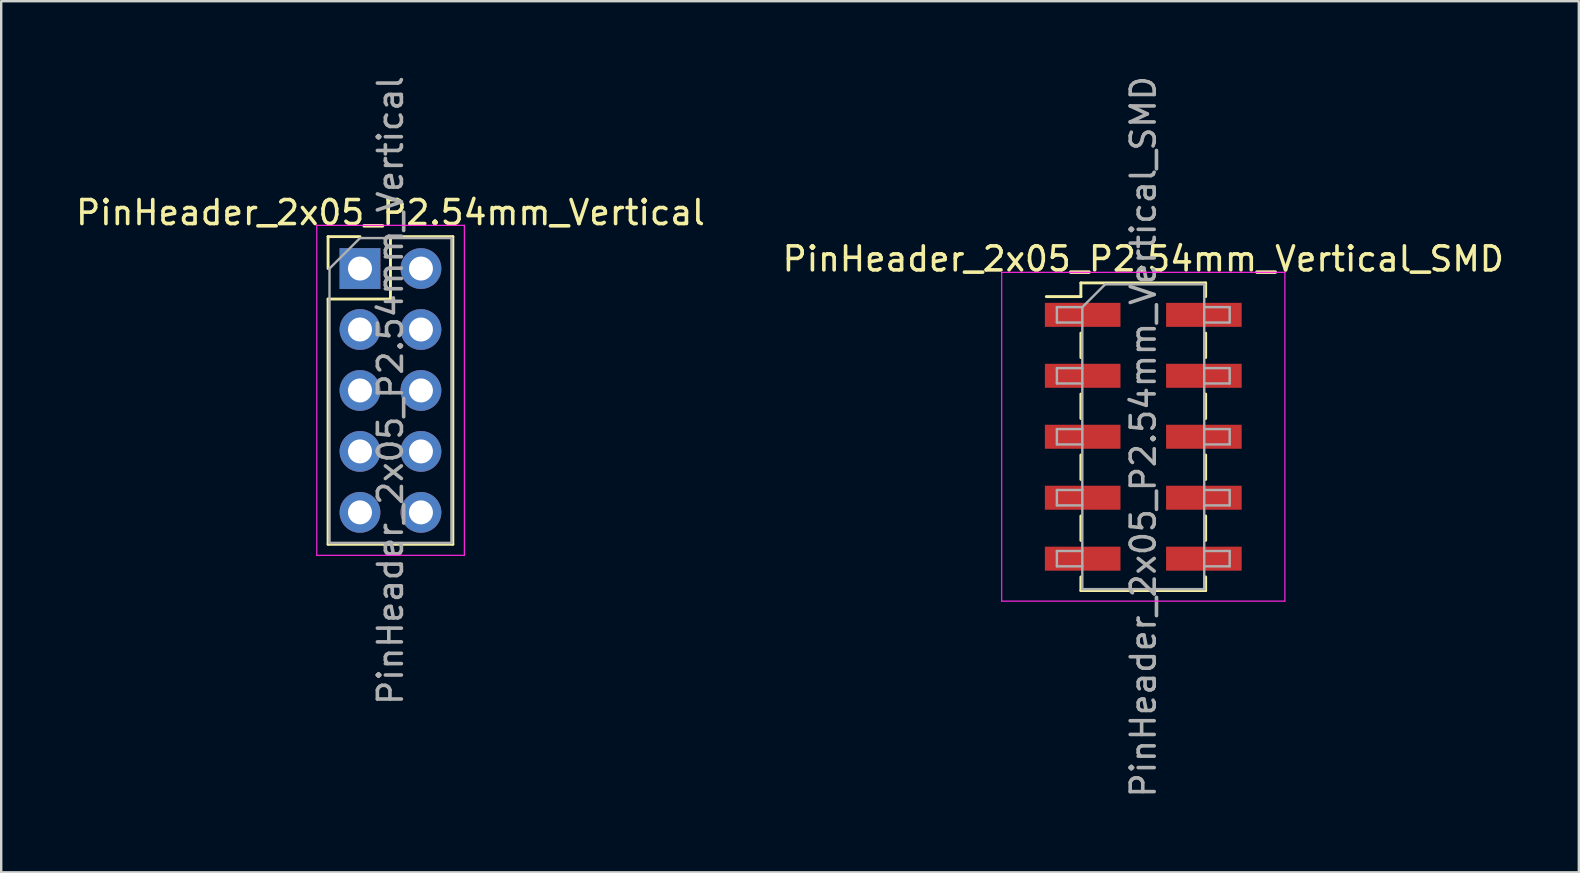
<source format=kicad_pcb>
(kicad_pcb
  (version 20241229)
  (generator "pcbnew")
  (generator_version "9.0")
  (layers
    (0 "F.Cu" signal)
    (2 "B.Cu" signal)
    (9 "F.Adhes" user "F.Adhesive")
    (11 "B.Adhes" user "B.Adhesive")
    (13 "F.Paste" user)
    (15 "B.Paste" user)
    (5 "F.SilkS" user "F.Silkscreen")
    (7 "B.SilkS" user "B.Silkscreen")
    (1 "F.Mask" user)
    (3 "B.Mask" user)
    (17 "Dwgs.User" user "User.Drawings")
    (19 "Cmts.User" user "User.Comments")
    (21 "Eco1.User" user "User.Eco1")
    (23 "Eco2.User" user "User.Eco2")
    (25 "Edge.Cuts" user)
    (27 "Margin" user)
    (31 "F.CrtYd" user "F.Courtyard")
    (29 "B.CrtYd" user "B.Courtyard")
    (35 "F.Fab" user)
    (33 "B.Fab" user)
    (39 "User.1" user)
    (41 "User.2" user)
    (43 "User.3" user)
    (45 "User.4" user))
  (footprint "PinHeader_2x05_P2.54mm_Vertical_SMD"
    (layer "F.Cu")
    (at 44.589 15.149)
    (property "Reference" "PinHeader_2x05_P2.54mm_Vertical_SMD" (at 0 -7.41 0) (layer "F.SilkS") (effects (font (size 1 1) (thickness 0.15))))
    (attr smd)
    (fp_line (start -4.04 -5.84) (end -2.6 -5.84) (stroke (width 0.12) (type solid)) (layer "F.SilkS"))
    (fp_line (start -2.6 -6.41) (end -2.6 -5.84) (stroke (width 0.12) (type solid)) (layer "F.SilkS"))
    (fp_line (start -2.6 -6.41) (end 2.6 -6.41) (stroke (width 0.12) (type solid)) (layer "F.SilkS"))
    (fp_line (start -2.6 -4.32) (end -2.6 -3.3) (stroke (width 0.12) (type solid)) (layer "F.SilkS"))
    (fp_line (start -2.6 -1.78) (end -2.6 -0.76) (stroke (width 0.12) (type solid)) (layer "F.SilkS"))
    (fp_line (start -2.6 0.76) (end -2.6 1.78) (stroke (width 0.12) (type solid)) (layer "F.SilkS"))
    (fp_line (start -2.6 3.3) (end -2.6 4.32) (stroke (width 0.12) (type solid)) (layer "F.SilkS"))
    (fp_line (start -2.6 5.84) (end -2.6 6.41) (stroke (width 0.12) (type solid)) (layer "F.SilkS"))
    (fp_line (start -2.6 6.41) (end 2.6 6.41) (stroke (width 0.12) (type solid)) (layer "F.SilkS"))
    (fp_line (start 2.6 -6.41) (end 2.6 -5.84) (stroke (width 0.12) (type solid)) (layer "F.SilkS"))
    (fp_line (start 2.6 -4.32) (end 2.6 -3.3) (stroke (width 0.12) (type solid)) (layer "F.SilkS"))
    (fp_line (start 2.6 -1.78) (end 2.6 -0.76) (stroke (width 0.12) (type solid)) (layer "F.SilkS"))
    (fp_line (start 2.6 0.76) (end 2.6 1.78) (stroke (width 0.12) (type solid)) (layer "F.SilkS"))
    (fp_line (start 2.6 3.3) (end 2.6 4.32) (stroke (width 0.12) (type solid)) (layer "F.SilkS"))
    (fp_line (start 2.6 5.84) (end 2.6 6.41) (stroke (width 0.12) (type solid)) (layer "F.SilkS"))
    (fp_line (start -5.9 -6.85) (end -5.9 6.85) (stroke (width 0.05) (type solid)) (layer "F.CrtYd"))
    (fp_line (start -5.9 6.85) (end 5.9 6.85) (stroke (width 0.05) (type solid)) (layer "F.CrtYd"))
    (fp_line (start 5.9 -6.85) (end -5.9 -6.85) (stroke (width 0.05) (type solid)) (layer "F.CrtYd"))
    (fp_line (start 5.9 6.85) (end 5.9 -6.85) (stroke (width 0.05) (type solid)) (layer "F.CrtYd"))
    (fp_line (start -3.6 -5.4) (end -3.6 -4.76) (stroke (width 0.1) (type solid)) (layer "F.Fab"))
    (fp_line (start -3.6 -4.76) (end -2.54 -4.76) (stroke (width 0.1) (type solid)) (layer "F.Fab"))
    (fp_line (start -3.6 -2.86) (end -3.6 -2.22) (stroke (width 0.1) (type solid)) (layer "F.Fab"))
    (fp_line (start -3.6 -2.22) (end -2.54 -2.22) (stroke (width 0.1) (type solid)) (layer "F.Fab"))
    (fp_line (start -3.6 -0.32) (end -3.6 0.32) (stroke (width 0.1) (type solid)) (layer "F.Fab"))
    (fp_line (start -3.6 0.32) (end -2.54 0.32) (stroke (width 0.1) (type solid)) (layer "F.Fab"))
    (fp_line (start -3.6 2.22) (end -3.6 2.86) (stroke (width 0.1) (type solid)) (layer "F.Fab"))
    (fp_line (start -3.6 2.86) (end -2.54 2.86) (stroke (width 0.1) (type solid)) (layer "F.Fab"))
    (fp_line (start -3.6 4.76) (end -3.6 5.4) (stroke (width 0.1) (type solid)) (layer "F.Fab"))
    (fp_line (start -3.6 5.4) (end -2.54 5.4) (stroke (width 0.1) (type solid)) (layer "F.Fab"))
    (fp_line (start -2.54 -5.4) (end -3.6 -5.4) (stroke (width 0.1) (type solid)) (layer "F.Fab"))
    (fp_line (start -2.54 -5.4) (end -1.59 -6.35) (stroke (width 0.1) (type solid)) (layer "F.Fab"))
    (fp_line (start -2.54 -2.86) (end -3.6 -2.86) (stroke (width 0.1) (type solid)) (layer "F.Fab"))
    (fp_line (start -2.54 -0.32) (end -3.6 -0.32) (stroke (width 0.1) (type solid)) (layer "F.Fab"))
    (fp_line (start -2.54 2.22) (end -3.6 2.22) (stroke (width 0.1) (type solid)) (layer "F.Fab"))
    (fp_line (start -2.54 4.76) (end -3.6 4.76) (stroke (width 0.1) (type solid)) (layer "F.Fab"))
    (fp_line (start -2.54 6.35) (end -2.54 -5.4) (stroke (width 0.1) (type solid)) (layer "F.Fab"))
    (fp_line (start -1.59 -6.35) (end 2.54 -6.35) (stroke (width 0.1) (type solid)) (layer "F.Fab"))
    (fp_line (start 2.54 -6.35) (end 2.54 6.35) (stroke (width 0.1) (type solid)) (layer "F.Fab"))
    (fp_line (start 2.54 -5.4) (end 3.6 -5.4) (stroke (width 0.1) (type solid)) (layer "F.Fab"))
    (fp_line (start 2.54 -2.86) (end 3.6 -2.86) (stroke (width 0.1) (type solid)) (layer "F.Fab"))
    (fp_line (start 2.54 -0.32) (end 3.6 -0.32) (stroke (width 0.1) (type solid)) (layer "F.Fab"))
    (fp_line (start 2.54 2.22) (end 3.6 2.22) (stroke (width 0.1) (type solid)) (layer "F.Fab"))
    (fp_line (start 2.54 4.76) (end 3.6 4.76) (stroke (width 0.1) (type solid)) (layer "F.Fab"))
    (fp_line (start 2.54 6.35) (end -2.54 6.35) (stroke (width 0.1) (type solid)) (layer "F.Fab"))
    (fp_line (start 3.6 -5.4) (end 3.6 -4.76) (stroke (width 0.1) (type solid)) (layer "F.Fab"))
    (fp_line (start 3.6 -4.76) (end 2.54 -4.76) (stroke (width 0.1) (type solid)) (layer "F.Fab"))
    (fp_line (start 3.6 -2.86) (end 3.6 -2.22) (stroke (width 0.1) (type solid)) (layer "F.Fab"))
    (fp_line (start 3.6 -2.22) (end 2.54 -2.22) (stroke (width 0.1) (type solid)) (layer "F.Fab"))
    (fp_line (start 3.6 -0.32) (end 3.6 0.32) (stroke (width 0.1) (type solid)) (layer "F.Fab"))
    (fp_line (start 3.6 0.32) (end 2.54 0.32) (stroke (width 0.1) (type solid)) (layer "F.Fab"))
    (fp_line (start 3.6 2.22) (end 3.6 2.86) (stroke (width 0.1) (type solid)) (layer "F.Fab"))
    (fp_line (start 3.6 2.86) (end 2.54 2.86) (stroke (width 0.1) (type solid)) (layer "F.Fab"))
    (fp_line (start 3.6 4.76) (end 3.6 5.4) (stroke (width 0.1) (type solid)) (layer "F.Fab"))
    (fp_line (start 3.6 5.4) (end 2.54 5.4) (stroke (width 0.1) (type solid)) (layer "F.Fab"))
    (fp_text user "${REFERENCE}" (at 0 0 90) (layer "F.Fab") (effects (font (size 1 1) (thickness 0.15))))
    (pad "1" smd rect (at -2.525 -5.08) (size 3.15 1) (layers "F.Cu" "F.Mask" "F.Paste"))
    (pad "2" smd rect (at 2.525 -5.08) (size 3.15 1) (layers "F.Cu" "F.Mask" "F.Paste"))
    (pad "3" smd rect (at -2.525 -2.54) (size 3.15 1) (layers "F.Cu" "F.Mask" "F.Paste"))
    (pad "4" smd rect (at 2.525 -2.54) (size 3.15 1) (layers "F.Cu" "F.Mask" "F.Paste"))
    (pad "5" smd rect (at -2.525 0) (size 3.15 1) (layers "F.Cu" "F.Mask" "F.Paste"))
    (pad "6" smd rect (at 2.525 0) (size 3.15 1) (layers "F.Cu" "F.Mask" "F.Paste"))
    (pad "7" smd rect (at -2.525 2.54) (size 3.15 1) (layers "F.Cu" "F.Mask" "F.Paste"))
    (pad "8" smd rect (at 2.525 2.54) (size 3.15 1) (layers "F.Cu" "F.Mask" "F.Paste"))
    (pad "9" smd rect (at -2.525 5.08) (size 3.15 1) (layers "F.Cu" "F.Mask" "F.Paste"))
    (pad "10" smd rect (at 2.525 5.08) (size 3.15 1) (layers "F.Cu" "F.Mask" "F.Paste")))
  (footprint "PinHeader_2x05_P2.54mm_Vertical"
    (layer "F.Cu")
    (at 11.95 8.14)
    (property "Reference" "PinHeader_2x05_P2.54mm_Vertical" (at 1.27 -2.33 0) (layer "F.SilkS") (effects (font (size 1 1) (thickness 0.15))))
    (attr through_hole)
    (fp_line (start -1.33 -1.33) (end 0 -1.33) (stroke (width 0.12) (type solid)) (layer "F.SilkS"))
    (fp_line (start -1.33 0) (end -1.33 -1.33) (stroke (width 0.12) (type solid)) (layer "F.SilkS"))
    (fp_line (start -1.33 1.27) (end -1.33 11.49) (stroke (width 0.12) (type solid)) (layer "F.SilkS"))
    (fp_line (start -1.33 1.27) (end 1.27 1.27) (stroke (width 0.12) (type solid)) (layer "F.SilkS"))
    (fp_line (start -1.33 11.49) (end 3.87 11.49) (stroke (width 0.12) (type solid)) (layer "F.SilkS"))
    (fp_line (start 1.27 -1.33) (end 3.87 -1.33) (stroke (width 0.12) (type solid)) (layer "F.SilkS"))
    (fp_line (start 1.27 1.27) (end 1.27 -1.33) (stroke (width 0.12) (type solid)) (layer "F.SilkS"))
    (fp_line (start 3.87 -1.33) (end 3.87 11.49) (stroke (width 0.12) (type solid)) (layer "F.SilkS"))
    (fp_line (start -1.8 -1.8) (end -1.8 11.95) (stroke (width 0.05) (type solid)) (layer "F.CrtYd"))
    (fp_line (start -1.8 11.95) (end 4.35 11.95) (stroke (width 0.05) (type solid)) (layer "F.CrtYd"))
    (fp_line (start 4.35 -1.8) (end -1.8 -1.8) (stroke (width 0.05) (type solid)) (layer "F.CrtYd"))
    (fp_line (start 4.35 11.95) (end 4.35 -1.8) (stroke (width 0.05) (type solid)) (layer "F.CrtYd"))
    (fp_line (start -1.27 0) (end 0 -1.27) (stroke (width 0.1) (type solid)) (layer "F.Fab"))
    (fp_line (start -1.27 11.43) (end -1.27 0) (stroke (width 0.1) (type solid)) (layer "F.Fab"))
    (fp_line (start 0 -1.27) (end 3.81 -1.27) (stroke (width 0.1) (type solid)) (layer "F.Fab"))
    (fp_line (start 3.81 -1.27) (end 3.81 11.43) (stroke (width 0.1) (type solid)) (layer "F.Fab"))
    (fp_line (start 3.81 11.43) (end -1.27 11.43) (stroke (width 0.1) (type solid)) (layer "F.Fab"))
    (fp_text user "${REFERENCE}" (at 1.27 5.08 90) (layer "F.Fab") (effects (font (size 1 1) (thickness 0.15))))
    (pad "1" thru_hole rect (at 0 0) (size 1.7 1.7) (drill 1) (layers "*.Cu" "*.Mask"))
    (pad "2" thru_hole oval (at 2.54 0) (size 1.7 1.7) (drill 1) (layers "*.Cu" "*.Mask"))
    (pad "3" thru_hole oval (at 0 2.54) (size 1.7 1.7) (drill 1) (layers "*.Cu" "*.Mask"))
    (pad "4" thru_hole oval (at 2.54 2.54) (size 1.7 1.7) (drill 1) (layers "*.Cu" "*.Mask"))
    (pad "5" thru_hole oval (at 0 5.08) (size 1.7 1.7) (drill 1) (layers "*.Cu" "*.Mask"))
    (pad "6" thru_hole oval (at 2.54 5.08) (size 1.7 1.7) (drill 1) (layers "*.Cu" "*.Mask"))
    (pad "7" thru_hole oval (at 0 7.62) (size 1.7 1.7) (drill 1) (layers "*.Cu" "*.Mask"))
    (pad "8" thru_hole oval (at 2.54 7.62) (size 1.7 1.7) (drill 1) (layers "*.Cu" "*.Mask"))
    (pad "9" thru_hole oval (at 0 10.16) (size 1.7 1.7) (drill 1) (layers "*.Cu" "*.Mask"))
    (pad "10" thru_hole oval (at 2.54 10.16) (size 1.7 1.7) (drill 1) (layers "*.Cu" "*.Mask")))
  (gr_rect
    (start -3 -3)
    (end 62.738 33.298)
    (stroke (width 0.1) (type default))
    (fill no)
    (layer "Edge.Cuts")))
</source>
